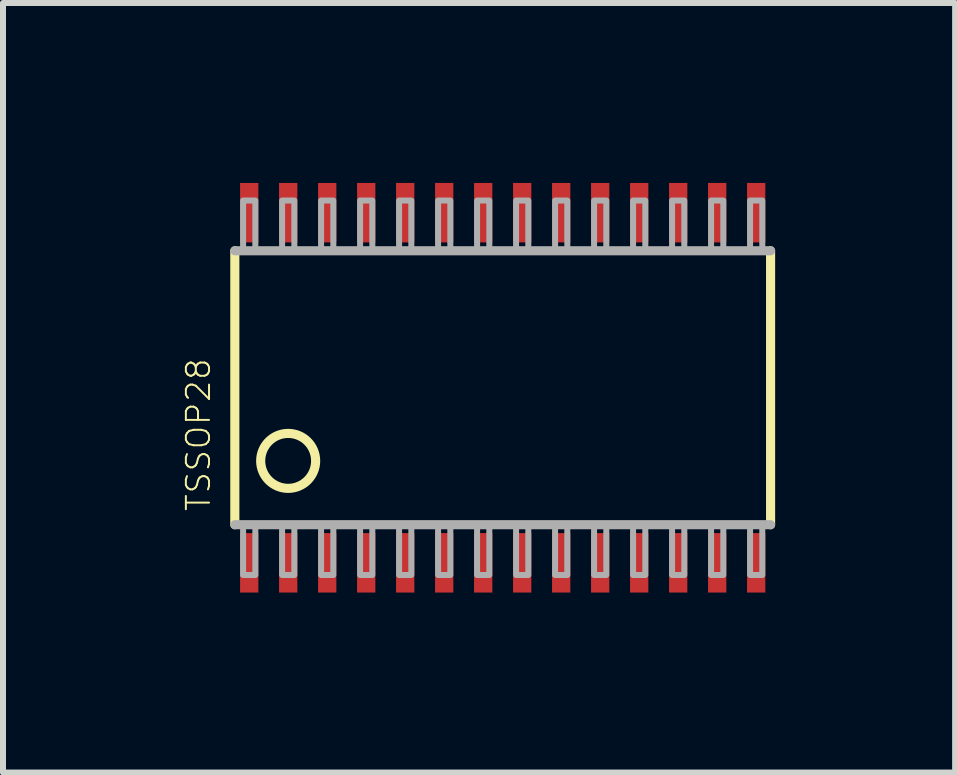
<source format=kicad_pcb>
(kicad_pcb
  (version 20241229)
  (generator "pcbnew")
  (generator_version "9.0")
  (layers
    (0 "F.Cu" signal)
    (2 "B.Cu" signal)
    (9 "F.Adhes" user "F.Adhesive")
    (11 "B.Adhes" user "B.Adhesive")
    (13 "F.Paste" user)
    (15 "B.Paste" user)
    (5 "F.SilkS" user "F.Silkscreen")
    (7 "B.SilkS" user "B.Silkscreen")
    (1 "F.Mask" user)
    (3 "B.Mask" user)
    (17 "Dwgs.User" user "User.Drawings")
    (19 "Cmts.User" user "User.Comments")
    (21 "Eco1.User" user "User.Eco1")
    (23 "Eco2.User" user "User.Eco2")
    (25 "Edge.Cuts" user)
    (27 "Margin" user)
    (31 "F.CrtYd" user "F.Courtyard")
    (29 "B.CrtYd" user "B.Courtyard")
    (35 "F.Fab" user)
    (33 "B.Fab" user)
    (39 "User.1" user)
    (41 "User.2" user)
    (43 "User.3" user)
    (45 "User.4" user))
  (footprint "TSSOP28"
    (layer "F.Cu")
    (at 5.329 3.413)
    (property "Reference" "TSSOP28" (at -4.846 2.083 90) (layer "F.SilkS") (effects (font (size 0.386 0.386) (thickness 0.033)) (justify left bottom)))
    (attr through_hole)
    (fp_line (start -4.465 2.283) (end -4.465 -2.283) (stroke (width 0.152) (type solid)) (layer "F.SilkS"))
    (fp_line (start 4.465 -2.283) (end 4.465 2.283) (stroke (width 0.152) (type solid)) (layer "F.SilkS"))
    (fp_circle (center -3.576 1.219) (end -3.118 1.219) (stroke (width 0.152) (type solid)) (fill no) (layer "F.SilkS"))
    (fp_line (start -4.465 2.283) (end 4.465 2.283) (stroke (width 0.152) (type solid)) (layer "F.Fab"))
    (fp_line (start 4.465 -2.283) (end -4.465 -2.283) (stroke (width 0.152) (type solid)) (layer "F.Fab"))
    (fp_poly (pts (xy -4.327 -2.283) (xy -4.123 -2.283) (xy -4.123 -3.121) (xy -4.327 -3.121)) (stroke (width 0.1) (type solid)) (fill no) (layer "F.Fab"))
    (fp_poly (pts (xy -4.327 3.121) (xy -4.123 3.121) (xy -4.123 2.283) (xy -4.327 2.283)) (stroke (width 0.1) (type solid)) (fill no) (layer "F.Fab"))
    (fp_poly (pts (xy -3.677 -2.283) (xy -3.473 -2.283) (xy -3.473 -3.121) (xy -3.677 -3.121)) (stroke (width 0.1) (type solid)) (fill no) (layer "F.Fab"))
    (fp_poly (pts (xy -3.677 3.121) (xy -3.473 3.121) (xy -3.473 2.283) (xy -3.677 2.283)) (stroke (width 0.1) (type solid)) (fill no) (layer "F.Fab"))
    (fp_poly (pts (xy -3.027 -2.283) (xy -2.823 -2.283) (xy -2.823 -3.121) (xy -3.027 -3.121)) (stroke (width 0.1) (type solid)) (fill no) (layer "F.Fab"))
    (fp_poly (pts (xy -3.027 3.121) (xy -2.823 3.121) (xy -2.823 2.283) (xy -3.027 2.283)) (stroke (width 0.1) (type solid)) (fill no) (layer "F.Fab"))
    (fp_poly (pts (xy -2.377 -2.283) (xy -2.173 -2.283) (xy -2.173 -3.121) (xy -2.377 -3.121)) (stroke (width 0.1) (type solid)) (fill no) (layer "F.Fab"))
    (fp_poly (pts (xy -2.377 3.121) (xy -2.173 3.121) (xy -2.173 2.283) (xy -2.377 2.283)) (stroke (width 0.1) (type solid)) (fill no) (layer "F.Fab"))
    (fp_poly (pts (xy -1.727 -2.283) (xy -1.523 -2.283) (xy -1.523 -3.121) (xy -1.727 -3.121)) (stroke (width 0.1) (type solid)) (fill no) (layer "F.Fab"))
    (fp_poly (pts (xy -1.727 3.121) (xy -1.523 3.121) (xy -1.523 2.283) (xy -1.727 2.283)) (stroke (width 0.1) (type solid)) (fill no) (layer "F.Fab"))
    (fp_poly (pts (xy -1.077 -2.283) (xy -0.873 -2.283) (xy -0.873 -3.121) (xy -1.077 -3.121)) (stroke (width 0.1) (type solid)) (fill no) (layer "F.Fab"))
    (fp_poly (pts (xy -1.077 3.121) (xy -0.873 3.121) (xy -0.873 2.283) (xy -1.077 2.283)) (stroke (width 0.1) (type solid)) (fill no) (layer "F.Fab"))
    (fp_poly (pts (xy -0.427 -2.283) (xy -0.223 -2.283) (xy -0.223 -3.121) (xy -0.427 -3.121)) (stroke (width 0.1) (type solid)) (fill no) (layer "F.Fab"))
    (fp_poly (pts (xy -0.427 3.121) (xy -0.223 3.121) (xy -0.223 2.283) (xy -0.427 2.283)) (stroke (width 0.1) (type solid)) (fill no) (layer "F.Fab"))
    (fp_poly (pts (xy 0.223 -2.283) (xy 0.427 -2.283) (xy 0.427 -3.121) (xy 0.223 -3.121)) (stroke (width 0.1) (type solid)) (fill no) (layer "F.Fab"))
    (fp_poly (pts (xy 0.223 3.121) (xy 0.427 3.121) (xy 0.427 2.283) (xy 0.223 2.283)) (stroke (width 0.1) (type solid)) (fill no) (layer "F.Fab"))
    (fp_poly (pts (xy 0.873 -2.283) (xy 1.077 -2.283) (xy 1.077 -3.121) (xy 0.873 -3.121)) (stroke (width 0.1) (type solid)) (fill no) (layer "F.Fab"))
    (fp_poly (pts (xy 0.873 3.121) (xy 1.077 3.121) (xy 1.077 2.283) (xy 0.873 2.283)) (stroke (width 0.1) (type solid)) (fill no) (layer "F.Fab"))
    (fp_poly (pts (xy 1.523 -2.283) (xy 1.727 -2.283) (xy 1.727 -3.121) (xy 1.523 -3.121)) (stroke (width 0.1) (type solid)) (fill no) (layer "F.Fab"))
    (fp_poly (pts (xy 1.523 3.121) (xy 1.727 3.121) (xy 1.727 2.283) (xy 1.523 2.283)) (stroke (width 0.1) (type solid)) (fill no) (layer "F.Fab"))
    (fp_poly (pts (xy 2.173 -2.283) (xy 2.377 -2.283) (xy 2.377 -3.121) (xy 2.173 -3.121)) (stroke (width 0.1) (type solid)) (fill no) (layer "F.Fab"))
    (fp_poly (pts (xy 2.173 3.121) (xy 2.377 3.121) (xy 2.377 2.283) (xy 2.173 2.283)) (stroke (width 0.1) (type solid)) (fill no) (layer "F.Fab"))
    (fp_poly (pts (xy 2.823 -2.283) (xy 3.027 -2.283) (xy 3.027 -3.121) (xy 2.823 -3.121)) (stroke (width 0.1) (type solid)) (fill no) (layer "F.Fab"))
    (fp_poly (pts (xy 2.823 3.121) (xy 3.027 3.121) (xy 3.027 2.283) (xy 2.823 2.283)) (stroke (width 0.1) (type solid)) (fill no) (layer "F.Fab"))
    (fp_poly (pts (xy 3.473 -2.283) (xy 3.677 -2.283) (xy 3.677 -3.121) (xy 3.473 -3.121)) (stroke (width 0.1) (type solid)) (fill no) (layer "F.Fab"))
    (fp_poly (pts (xy 3.473 3.121) (xy 3.677 3.121) (xy 3.677 2.283) (xy 3.473 2.283)) (stroke (width 0.1) (type solid)) (fill no) (layer "F.Fab"))
    (fp_poly (pts (xy 4.123 -2.283) (xy 4.327 -2.283) (xy 4.327 -3.121) (xy 4.123 -3.121)) (stroke (width 0.1) (type solid)) (fill no) (layer "F.Fab"))
    (fp_poly (pts (xy 4.123 3.121) (xy 4.327 3.121) (xy 4.327 2.283) (xy 4.123 2.283)) (stroke (width 0.1) (type solid)) (fill no) (layer "F.Fab"))
    (pad "1" smd rect (at -4.225 2.918) (size 0.305 0.991) (layers "F.Cu" "F.Mask" "F.Paste"))
    (pad "2" smd rect (at -3.575 2.918) (size 0.305 0.991) (layers "F.Cu" "F.Mask" "F.Paste"))
    (pad "3" smd rect (at -2.925 2.918) (size 0.305 0.991) (layers "F.Cu" "F.Mask" "F.Paste"))
    (pad "4" smd rect (at -2.275 2.918) (size 0.305 0.991) (layers "F.Cu" "F.Mask" "F.Paste"))
    (pad "5" smd rect (at -1.625 2.918) (size 0.305 0.991) (layers "F.Cu" "F.Mask" "F.Paste"))
    (pad "6" smd rect (at -0.975 2.918) (size 0.305 0.991) (layers "F.Cu" "F.Mask" "F.Paste"))
    (pad "7" smd rect (at -0.325 2.918) (size 0.305 0.991) (layers "F.Cu" "F.Mask" "F.Paste"))
    (pad "8" smd rect (at 0.325 2.918) (size 0.305 0.991) (layers "F.Cu" "F.Mask" "F.Paste"))
    (pad "9" smd rect (at 0.975 2.918) (size 0.305 0.991) (layers "F.Cu" "F.Mask" "F.Paste"))
    (pad "10" smd rect (at 1.625 2.918) (size 0.305 0.991) (layers "F.Cu" "F.Mask" "F.Paste"))
    (pad "11" smd rect (at 2.275 2.918) (size 0.305 0.991) (layers "F.Cu" "F.Mask" "F.Paste"))
    (pad "12" smd rect (at 2.925 2.918) (size 0.305 0.991) (layers "F.Cu" "F.Mask" "F.Paste"))
    (pad "13" smd rect (at 3.575 2.918) (size 0.305 0.991) (layers "F.Cu" "F.Mask" "F.Paste"))
    (pad "14" smd rect (at 4.225 2.918) (size 0.305 0.991) (layers "F.Cu" "F.Mask" "F.Paste"))
    (pad "15" smd rect (at 4.225 -2.918) (size 0.305 0.991) (layers "F.Cu" "F.Mask" "F.Paste"))
    (pad "16" smd rect (at 3.575 -2.918) (size 0.305 0.991) (layers "F.Cu" "F.Mask" "F.Paste"))
    (pad "17" smd rect (at 2.925 -2.918) (size 0.305 0.991) (layers "F.Cu" "F.Mask" "F.Paste"))
    (pad "18" smd rect (at 2.275 -2.918) (size 0.305 0.991) (layers "F.Cu" "F.Mask" "F.Paste"))
    (pad "19" smd rect (at 1.625 -2.918) (size 0.305 0.991) (layers "F.Cu" "F.Mask" "F.Paste"))
    (pad "20" smd rect (at 0.975 -2.918) (size 0.305 0.991) (layers "F.Cu" "F.Mask" "F.Paste"))
    (pad "21" smd rect (at 0.325 -2.918) (size 0.305 0.991) (layers "F.Cu" "F.Mask" "F.Paste"))
    (pad "22" smd rect (at -0.325 -2.918) (size 0.305 0.991) (layers "F.Cu" "F.Mask" "F.Paste"))
    (pad "23" smd rect (at -0.975 -2.918) (size 0.305 0.991) (layers "F.Cu" "F.Mask" "F.Paste"))
    (pad "24" smd rect (at -1.625 -2.918) (size 0.305 0.991) (layers "F.Cu" "F.Mask" "F.Paste"))
    (pad "25" smd rect (at -2.275 -2.918) (size 0.305 0.991) (layers "F.Cu" "F.Mask" "F.Paste"))
    (pad "26" smd rect (at -2.925 -2.918) (size 0.305 0.991) (layers "F.Cu" "F.Mask" "F.Paste"))
    (pad "27" smd rect (at -3.575 -2.918) (size 0.305 0.991) (layers "F.Cu" "F.Mask" "F.Paste"))
    (pad "28" smd rect (at -4.225 -2.918) (size 0.305 0.991) (layers "F.Cu" "F.Mask" "F.Paste")))
  (gr_rect
    (start -3 -3)
    (end 12.87 9.826)
    (stroke (width 0.1) (type default))
    (fill no)
    (layer "Edge.Cuts")))
</source>
